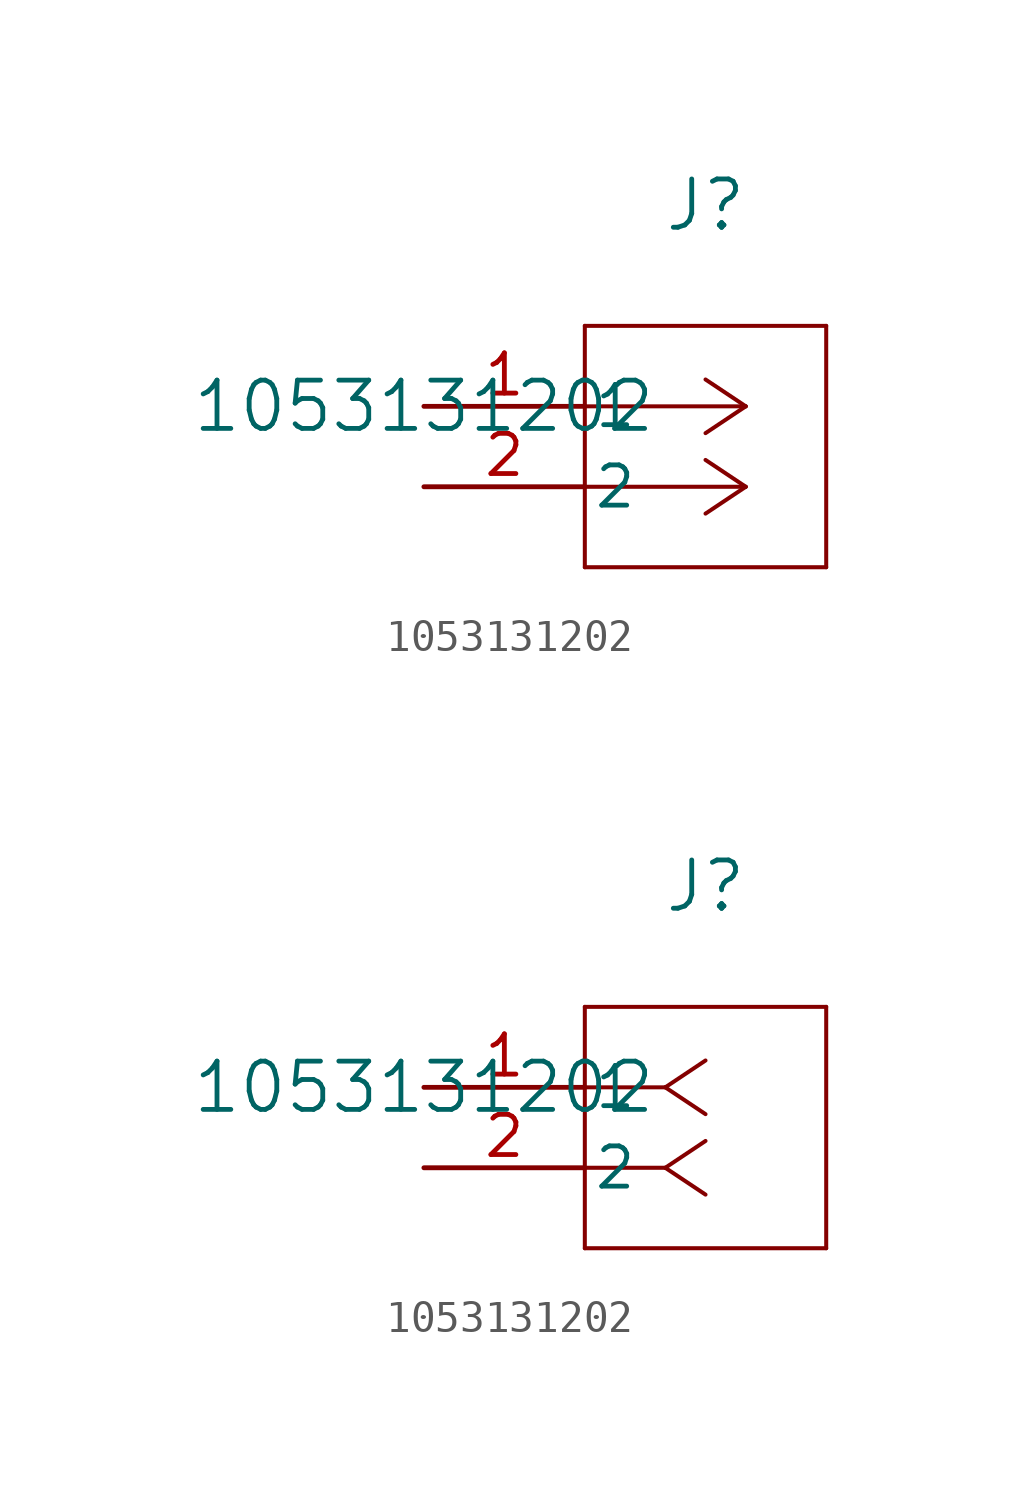
<source format=kicad_sym>
(kicad_symbol_lib
  (version 20211014)
  (generator kicad_symbol_editor)
  (symbol "1053131202"
    (pin_names
      (offset 0.254))
    (property "Reference" "J"
      (at 8.89 6.35 0)
      (effects (font (size 1.524 1.524))))
    (property "Value" "1053131202"
      (at 0 0 0)
      (effects (font (size 1.524 1.524))))
    (symbol "1053131202_1_1"
      (polyline (pts (xy 10.16 0) (xy 5.08 0)) (stroke (width 0.127) (type default) (color 0 0 0 0)) (fill (type none)))
      (polyline (pts (xy 10.16 -2.54) (xy 5.08 -2.54)) (stroke (width 0.127) (type default) (color 0 0 0 0)) (fill (type none)))
      (polyline (pts (xy 10.16 0) (xy 8.89 0.847)) (stroke (width 0.127) (type default) (color 0 0 0 0)) (fill (type none)))
      (polyline (pts (xy 10.16 -2.54) (xy 8.89 -1.693)) (stroke (width 0.127) (type default) (color 0 0 0 0)) (fill (type none)))
      (polyline (pts (xy 10.16 0) (xy 8.89 -0.847)) (stroke (width 0.127) (type default) (color 0 0 0 0)) (fill (type none)))
      (polyline (pts (xy 10.16 -2.54) (xy 8.89 -3.387)) (stroke (width 0.127) (type default) (color 0 0 0 0)) (fill (type none)))
      (polyline (pts (xy 5.08 2.54) (xy 5.08 -5.08)) (stroke (width 0.127) (type default) (color 0 0 0 0)) (fill (type none)))
      (polyline (pts (xy 5.08 -5.08) (xy 12.7 -5.08)) (stroke (width 0.127) (type default) (color 0 0 0 0)) (fill (type none)))
      (polyline (pts (xy 12.7 -5.08) (xy 12.7 2.54)) (stroke (width 0.127) (type default) (color 0 0 0 0)) (fill (type none)))
      (polyline (pts (xy 12.7 2.54) (xy 5.08 2.54)) (stroke (width 0.127) (type default) (color 0 0 0 0)) (fill (type none)))
      (pin unspecified line (at 0 0 0) (length 5.08) (name "1" (effects (font (size 1.27 1.27)))) (number "1" (effects (font (size 1.27 1.27)))))
      (pin unspecified line (at 0 -2.54 0) (length 5.08) (name "2" (effects (font (size 1.27 1.27)))) (number "2" (effects (font (size 1.27 1.27))))))
    (symbol "1053131202_1_2"
      (polyline (pts (xy 7.62 0) (xy 5.08 0)) (stroke (width 0.127) (type default) (color 0 0 0 0)) (fill (type none)))
      (polyline (pts (xy 7.62 -2.54) (xy 5.08 -2.54)) (stroke (width 0.127) (type default) (color 0 0 0 0)) (fill (type none)))
      (polyline (pts (xy 7.62 0) (xy 8.89 0.847)) (stroke (width 0.127) (type default) (color 0 0 0 0)) (fill (type none)))
      (polyline (pts (xy 7.62 -2.54) (xy 8.89 -1.693)) (stroke (width 0.127) (type default) (color 0 0 0 0)) (fill (type none)))
      (polyline (pts (xy 7.62 0) (xy 8.89 -0.847)) (stroke (width 0.127) (type default) (color 0 0 0 0)) (fill (type none)))
      (polyline (pts (xy 7.62 -2.54) (xy 8.89 -3.387)) (stroke (width 0.127) (type default) (color 0 0 0 0)) (fill (type none)))
      (polyline (pts (xy 5.08 2.54) (xy 5.08 -5.08)) (stroke (width 0.127) (type default) (color 0 0 0 0)) (fill (type none)))
      (polyline (pts (xy 5.08 -5.08) (xy 12.7 -5.08)) (stroke (width 0.127) (type default) (color 0 0 0 0)) (fill (type none)))
      (polyline (pts (xy 12.7 -5.08) (xy 12.7 2.54)) (stroke (width 0.127) (type default) (color 0 0 0 0)) (fill (type none)))
      (polyline (pts (xy 12.7 2.54) (xy 5.08 2.54)) (stroke (width 0.127) (type default) (color 0 0 0 0)) (fill (type none)))
      (pin unspecified line (at 0 0 0) (length 5.08) (name "1" (effects (font (size 1.27 1.27)))) (number "1" (effects (font (size 1.27 1.27)))))
      (pin unspecified line (at 0 -2.54 0) (length 5.08) (name "2" (effects (font (size 1.27 1.27)))) (number "2" (effects (font (size 1.27 1.27))))))))
</source>
